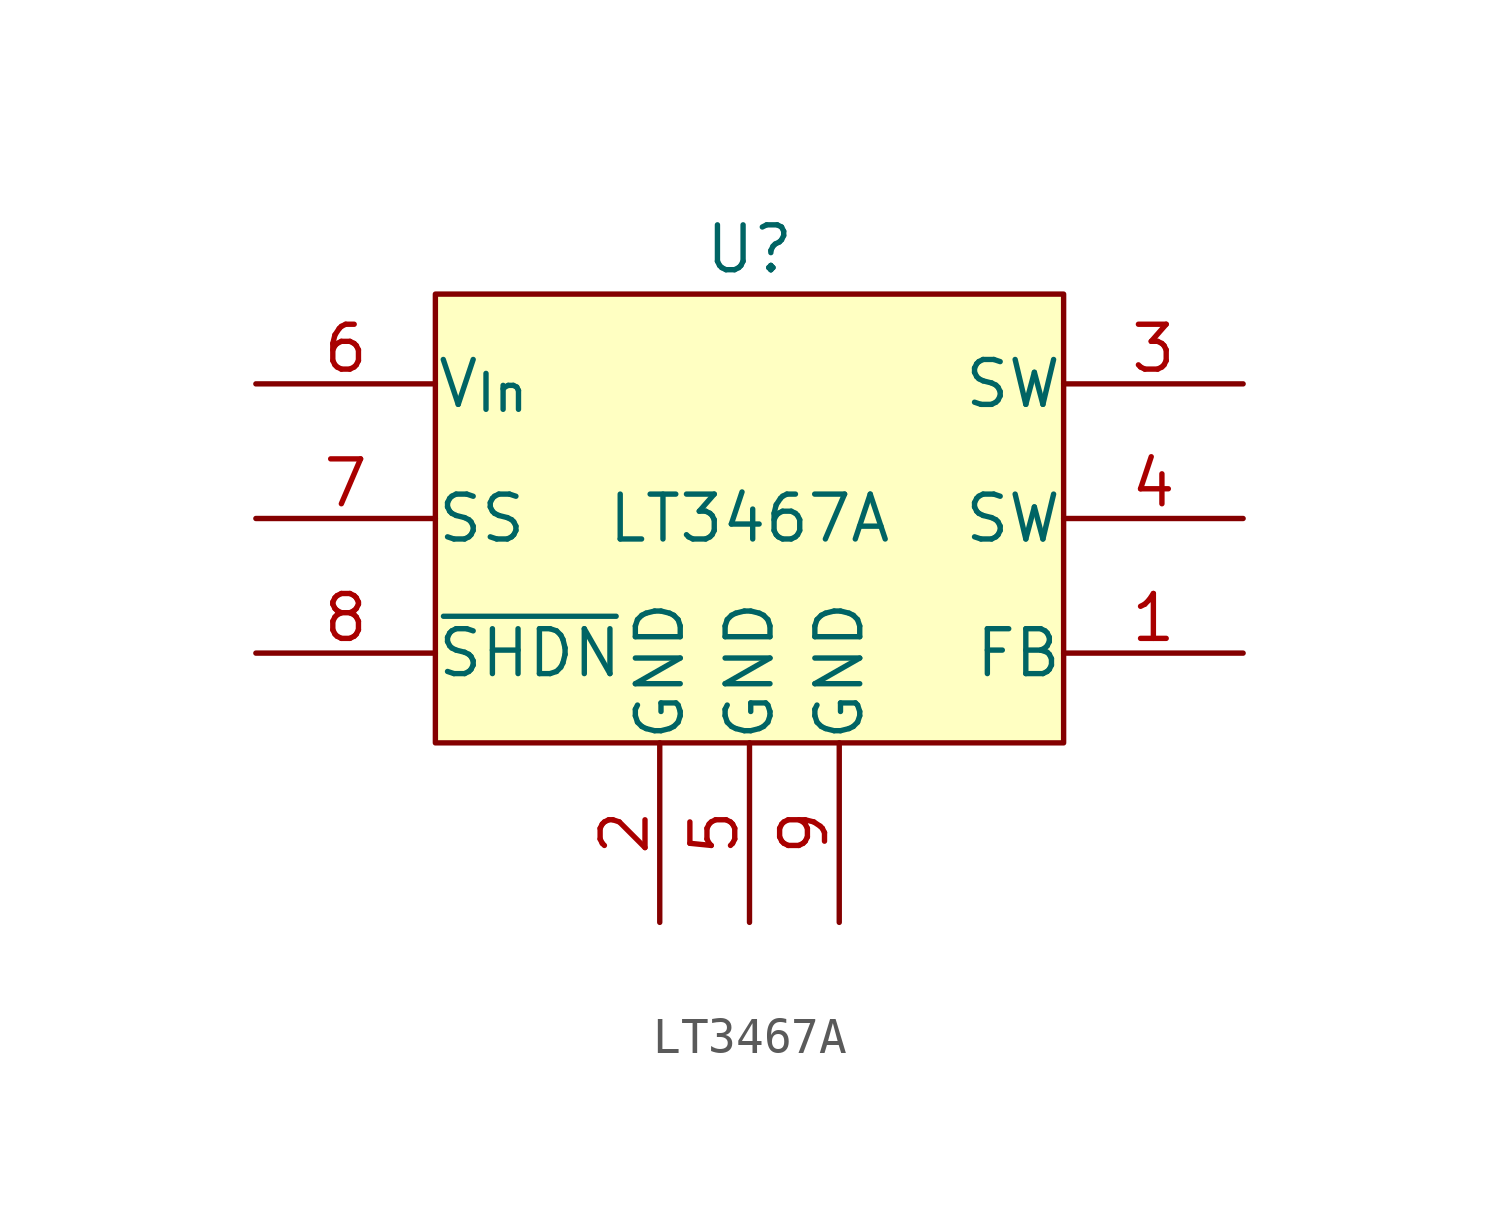
<source format=kicad_sym>
(kicad_symbol_lib
  (version 20211014)
  (generator kicad_symbol_editor)
  (symbol "LT3467A"
    (pin_names
      (offset 0.002))
    (property "Reference" "U"
      (at 0 7.62 0)
      (effects (font (size 1.27 1.27))))
    (property "Value" "LT3467A"
      (at 0 0 0)
      (effects (font (size 1.27 1.27))))
    (symbol "LT3467A_0_1"
      (rectangle (start -8.89 6.35) (end 8.89 -6.35) (stroke (width 0) (type default) (color 0 0 0 0)) (fill (type background))))
    (symbol "LT3467A_1_1"
      (pin input line (at 13.97 -3.81 180) (length 5.08) (name "FB" (effects (font (size 1.27 1.27)))) (number "1" (effects (font (size 1.27 1.27)))))
      (pin power_in line (at -2.54 -11.43 90) (length 5.08) (name "GND" (effects (font (size 1.27 1.27)))) (number "2" (effects (font (size 1.27 1.27)))))
      (pin power_out line (at 13.97 3.81 180) (length 5.08) (name "SW" (effects (font (size 1.27 1.27)))) (number "3" (effects (font (size 1.27 1.27)))))
      (pin passive line (at 13.97 0 180) (length 5.08) (name "SW" (effects (font (size 1.27 1.27)))) (number "4" (effects (font (size 1.27 1.27)))))
      (pin power_in line (at 0 -11.43 90) (length 5.08) (name "GND" (effects (font (size 1.27 1.27)))) (number "5" (effects (font (size 1.27 1.27)))))
      (pin power_in line (at -13.97 3.81 0) (length 5.08) (name "V_{In}" (effects (font (size 1.27 1.27)))) (number "6" (effects (font (size 1.27 1.27)))))
      (pin input line (at -13.97 0 0) (length 5.08) (name "SS" (effects (font (size 1.27 1.27)))) (number "7" (effects (font (size 1.27 1.27)))))
      (pin passive line (at -13.97 -3.81 0) (length 5.08) (name "~{SHDN}" (effects (font (size 1.27 1.27)))) (number "8" (effects (font (size 1.27 1.27)))))
      (pin power_in line (at 2.54 -11.43 90) (length 5.08) (name "GND" (effects (font (size 1.27 1.27)))) (number "9" (effects (font (size 1.27 1.27))))))))
</source>
